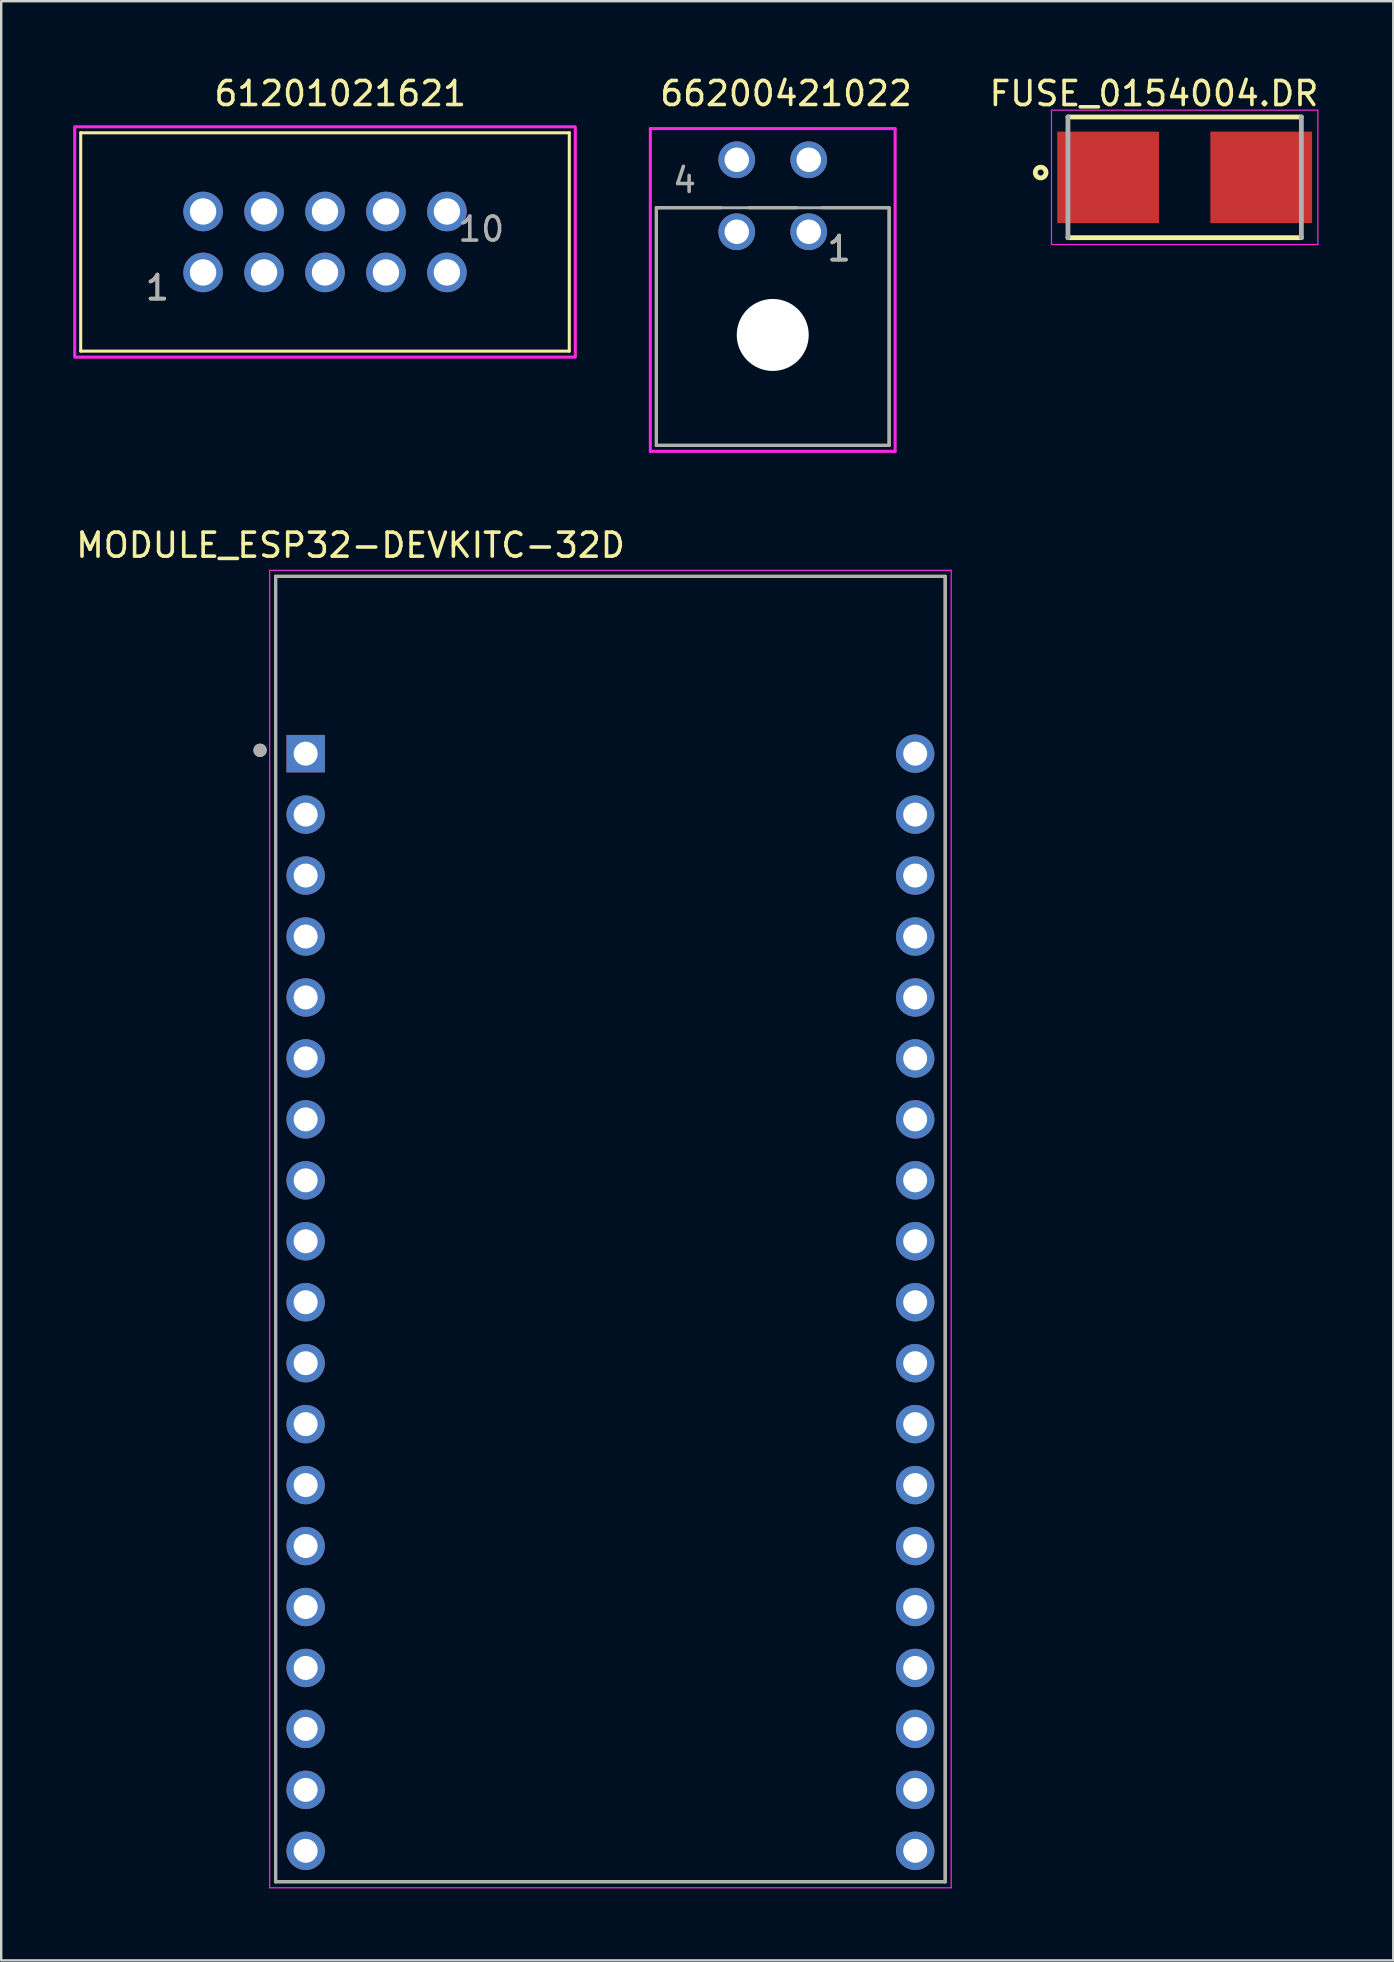
<source format=kicad_pcb>
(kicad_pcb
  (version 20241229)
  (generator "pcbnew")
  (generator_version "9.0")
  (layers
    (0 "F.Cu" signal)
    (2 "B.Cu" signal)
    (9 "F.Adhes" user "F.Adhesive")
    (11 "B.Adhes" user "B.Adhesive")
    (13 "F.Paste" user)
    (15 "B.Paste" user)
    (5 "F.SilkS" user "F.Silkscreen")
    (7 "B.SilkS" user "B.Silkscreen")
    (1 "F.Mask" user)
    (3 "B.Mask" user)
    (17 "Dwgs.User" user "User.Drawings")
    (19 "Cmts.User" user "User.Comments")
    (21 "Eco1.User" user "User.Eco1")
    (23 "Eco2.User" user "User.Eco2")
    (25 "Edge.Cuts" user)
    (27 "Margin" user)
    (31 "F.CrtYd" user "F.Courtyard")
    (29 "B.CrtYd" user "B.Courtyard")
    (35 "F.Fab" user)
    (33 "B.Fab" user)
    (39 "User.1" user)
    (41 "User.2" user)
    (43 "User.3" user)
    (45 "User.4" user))
  (footprint "66200421022"
    (layer "F.Cu")
    (at 29.151 10.908)
    (property "Reference" "66200421022" (at 0.555 -10.06 0) (layer "F.SilkS") (effects (font (size 1 1) (thickness 0.15))))
    (attr through_hole)
    (fp_line (start -4.85 4.6) (end -4.85 -5.3) (stroke (width 0.127) (type solid)) (layer "F.SilkS"))
    (fp_line (start -2.16 -5.3) (end -4.85 -5.3) (stroke (width 0.127) (type solid)) (layer "F.SilkS"))
    (fp_line (start -1 -5.3) (end 1 -5.3) (stroke (width 0.127) (type solid)) (layer "F.SilkS"))
    (fp_line (start 2.06 -5.3) (end 4.85 -5.3) (stroke (width 0.127) (type solid)) (layer "F.SilkS"))
    (fp_line (start 4.85 -5.3) (end 4.85 4.6) (stroke (width 0.127) (type solid)) (layer "F.SilkS"))
    (fp_line (start 4.85 4.6) (end -4.85 4.6) (stroke (width 0.127) (type solid)) (layer "F.SilkS"))
    (fp_line (start -5.1 -8.6) (end 5.1 -8.6) (stroke (width 0.127) (type solid)) (layer "F.CrtYd"))
    (fp_line (start -5.1 4.85) (end -5.1 -8.6) (stroke (width 0.127) (type solid)) (layer "F.CrtYd"))
    (fp_line (start 5.1 -8.6) (end 5.1 4.85) (stroke (width 0.127) (type solid)) (layer "F.CrtYd"))
    (fp_line (start 5.1 4.85) (end -5.1 4.85) (stroke (width 0.127) (type solid)) (layer "F.CrtYd"))
    (fp_line (start -4.85 -5.3) (end 4.85 -5.3) (stroke (width 0.127) (type solid)) (layer "F.Fab"))
    (fp_line (start -4.85 4.6) (end -4.85 -5.3) (stroke (width 0.127) (type solid)) (layer "F.Fab"))
    (fp_line (start 4.85 -5.3) (end 4.85 4.6) (stroke (width 0.127) (type solid)) (layer "F.Fab"))
    (fp_line (start 4.85 4.6) (end -4.85 4.6) (stroke (width 0.127) (type solid)) (layer "F.Fab"))
    (fp_text user "1" (at 2.765 -3.595 0) (layer "F.SilkS") (effects (font (size 1 1) (thickness 0.15))))
    (fp_text user "4" (at -3.675 -6.435 0) (layer "F.Fab") (effects (font (size 1 1) (thickness 0.15))))
    (fp_text user "1" (at 2.765 -3.595 0) (layer "F.Fab") (effects (font (size 1 1) (thickness 0.15))))
    (pad "" np_thru_hole circle (at 0 0) (size 3 3) (drill 3) (layers "*.Cu" "*.Mask"))
    (pad "1" thru_hole circle (at 1.5 -4.3) (size 1.53 1.53) (drill 1.02) (layers "*.Cu" "*.Mask"))
    (pad "2" thru_hole circle (at -1.5 -4.3) (size 1.53 1.53) (drill 1.02) (layers "*.Cu" "*.Mask"))
    (pad "3" thru_hole circle (at 1.5 -7.3) (size 1.53 1.53) (drill 1.02) (layers "*.Cu" "*.Mask"))
    (pad "4" thru_hole circle (at -1.5 -7.3) (size 1.53 1.53) (drill 1.02) (layers "*.Cu" "*.Mask")))
  (footprint "FUSE_0154004.DR"
    (layer "F.Cu")
    (at 46.316 4.34)
    (property "Reference" "FUSE_0154004.DR" (at -1.277 -3.491 0) (layer "F.SilkS") (effects (font (size 1.002 1.002) (thickness 0.15))))
    (attr smd)
    (fp_line (start -4.863 -2.515) (end 4.863 -2.515) (stroke (width 0.2) (type solid)) (layer "F.SilkS"))
    (fp_line (start 4.863 2.515) (end -4.863 2.515) (stroke (width 0.2) (type solid)) (layer "F.SilkS"))
    (fp_circle (center -6 -0.2) (end -5.776 -0.2) (stroke (width 0.2) (type solid)) (fill no) (layer "F.SilkS"))
    (fp_line (start -5.55 -2.8) (end 5.55 -2.8) (stroke (width 0.05) (type solid)) (layer "F.CrtYd"))
    (fp_line (start -5.55 2.8) (end -5.55 -2.8) (stroke (width 0.05) (type solid)) (layer "F.CrtYd"))
    (fp_line (start 5.55 -2.8) (end 5.55 2.8) (stroke (width 0.05) (type solid)) (layer "F.CrtYd"))
    (fp_line (start 5.55 2.8) (end -5.55 2.8) (stroke (width 0.05) (type solid)) (layer "F.CrtYd"))
    (fp_line (start -4.863 2.515) (end -4.863 -2.515) (stroke (width 0.2) (type solid)) (layer "F.Fab"))
    (fp_line (start 4.863 -2.515) (end 4.863 2.515) (stroke (width 0.2) (type solid)) (layer "F.Fab"))
    (pad "1" smd rect (at -3.19 0) (size 4.24 3.81) (layers "F.Cu" "F.Mask" "F.Paste"))
    (pad "2" smd rect (at 3.19 0) (size 4.24 3.81) (layers "F.Cu" "F.Mask" "F.Paste")))
  (footprint "61201021621"
    (layer "F.Cu")
    (at 10.493 7.033)
    (property "Reference" "61201021621" (at 0.635 -6.185 0) (layer "F.SilkS") (effects (font (size 1 1) (thickness 0.15))))
    (attr through_hole)
    (fp_line (start -10.18 -4.55) (end 10.18 -4.55) (stroke (width 0.127) (type solid)) (layer "F.SilkS"))
    (fp_line (start -10.18 4.55) (end -10.18 -4.55) (stroke (width 0.127) (type solid)) (layer "F.SilkS"))
    (fp_line (start 10.18 -4.55) (end 10.18 4.55) (stroke (width 0.127) (type solid)) (layer "F.SilkS"))
    (fp_line (start 10.18 4.55) (end -10.18 4.55) (stroke (width 0.127) (type solid)) (layer "F.SilkS"))
    (fp_poly (pts (xy -10.43 -4.8) (xy 10.43 -4.8) (xy 10.43 4.8) (xy -10.43 4.8)) (stroke (width 0.127) (type solid)) (fill no) (layer "F.CrtYd"))
    (fp_text user "1" (at -6.985 1.905 0) (layer "F.SilkS") (effects (font (size 1 1) (thickness 0.15))))
    (fp_text user "10" (at 6.51 -0.535 0) (layer "F.Fab") (effects (font (size 1 1) (thickness 0.15))))
    (fp_text user "1" (at -6.985 1.905 0) (layer "F.Fab") (effects (font (size 1 1) (thickness 0.15))))
    (pad "1" thru_hole circle (at -5.08 1.27) (size 1.65 1.65) (drill 1.1) (layers "*.Cu" "*.Mask"))
    (pad "2" thru_hole circle (at -5.08 -1.27) (size 1.65 1.65) (drill 1.1) (layers "*.Cu" "*.Mask"))
    (pad "3" thru_hole circle (at -2.54 1.27) (size 1.65 1.65) (drill 1.1) (layers "*.Cu" "*.Mask"))
    (pad "4" thru_hole circle (at -2.54 -1.27) (size 1.65 1.65) (drill 1.1) (layers "*.Cu" "*.Mask"))
    (pad "5" thru_hole circle (at 0 1.27) (size 1.65 1.65) (drill 1.1) (layers "*.Cu" "*.Mask"))
    (pad "6" thru_hole circle (at 0 -1.27) (size 1.65 1.65) (drill 1.1) (layers "*.Cu" "*.Mask"))
    (pad "7" thru_hole circle (at 2.54 1.27) (size 1.65 1.65) (drill 1.1) (layers "*.Cu" "*.Mask"))
    (pad "8" thru_hole circle (at 2.54 -1.27) (size 1.65 1.65) (drill 1.1) (layers "*.Cu" "*.Mask"))
    (pad "9" thru_hole circle (at 5.08 1.27) (size 1.65 1.65) (drill 1.1) (layers "*.Cu" "*.Mask"))
    (pad "10" thru_hole circle (at 5.08 -1.27) (size 1.65 1.65) (drill 1.1) (layers "*.Cu" "*.Mask")))
  (footprint "MODULE_ESP32-DEVKITC-32D"
    (layer "F.Cu")
    (at 22.387 48.116)
    (property "Reference" "MODULE_ESP32-DEVKITC-32D" (at -10.829 -28.446 0) (layer "F.SilkS") (effects (font (size 1 1) (thickness 0.15))))
    (attr through_hole)
    (fp_line (start -13.95 -27.15) (end 13.95 -27.15) (stroke (width 0.127) (type solid)) (layer "F.SilkS"))
    (fp_line (start -13.95 27.25) (end -13.95 -27.15) (stroke (width 0.127) (type solid)) (layer "F.SilkS"))
    (fp_line (start 13.95 -27.15) (end 13.95 27.25) (stroke (width 0.127) (type solid)) (layer "F.SilkS"))
    (fp_line (start 13.95 27.25) (end -13.95 27.25) (stroke (width 0.127) (type solid)) (layer "F.SilkS"))
    (fp_line (start -14.2 -27.4) (end 14.2 -27.4) (stroke (width 0.05) (type solid)) (layer "F.CrtYd"))
    (fp_line (start -14.2 27.5) (end -14.2 -27.4) (stroke (width 0.05) (type solid)) (layer "F.CrtYd"))
    (fp_line (start 14.2 -27.4) (end 14.2 27.5) (stroke (width 0.05) (type solid)) (layer "F.CrtYd"))
    (fp_line (start 14.2 27.5) (end -14.2 27.5) (stroke (width 0.05) (type solid)) (layer "F.CrtYd"))
    (fp_line (start -13.95 -27.15) (end 13.95 -27.15) (stroke (width 0.127) (type solid)) (layer "F.Fab"))
    (fp_line (start -13.95 27.25) (end -13.95 -27.15) (stroke (width 0.127) (type solid)) (layer "F.Fab"))
    (fp_line (start 13.95 -27.15) (end 13.95 27.25) (stroke (width 0.127) (type solid)) (layer "F.Fab"))
    (fp_line (start 13.95 27.25) (end -13.95 27.25) (stroke (width 0.127) (type solid)) (layer "F.Fab"))
    (fp_circle (center -14.6 -19.9) (end -14.46 -19.9) (stroke (width 0.28) (type solid)) (fill no) (layer "F.Fab"))
    (fp_circle (center -14.6 -19.9) (end -14.46 -19.9) (stroke (width 0.28) (type solid)) (fill no) (layer "F.Fab"))
    (pad "1" thru_hole rect (at -12.7 -19.76) (size 1.6 1.56) (drill 1) (layers "*.Cu" "*.Mask"))
    (pad "2" thru_hole circle (at -12.7 -17.22) (size 1.6 1.6) (drill 1) (layers "*.Cu" "*.Mask"))
    (pad "3" thru_hole circle (at -12.7 -14.68) (size 1.6 1.6) (drill 1) (layers "*.Cu" "*.Mask"))
    (pad "4" thru_hole circle (at -12.7 -12.14) (size 1.6 1.6) (drill 1) (layers "*.Cu" "*.Mask"))
    (pad "5" thru_hole circle (at -12.7 -9.6) (size 1.6 1.6) (drill 1) (layers "*.Cu" "*.Mask"))
    (pad "6" thru_hole circle (at -12.7 -7.06) (size 1.6 1.6) (drill 1) (layers "*.Cu" "*.Mask"))
    (pad "7" thru_hole circle (at -12.7 -4.52) (size 1.6 1.6) (drill 1) (layers "*.Cu" "*.Mask"))
    (pad "8" thru_hole circle (at -12.7 -1.98) (size 1.6 1.6) (drill 1) (layers "*.Cu" "*.Mask"))
    (pad "9" thru_hole circle (at -12.7 0.56) (size 1.6 1.6) (drill 1) (layers "*.Cu" "*.Mask"))
    (pad "10" thru_hole circle (at -12.7 3.1) (size 1.6 1.6) (drill 1) (layers "*.Cu" "*.Mask"))
    (pad "11" thru_hole circle (at -12.7 5.64) (size 1.6 1.6) (drill 1) (layers "*.Cu" "*.Mask"))
    (pad "12" thru_hole circle (at -12.7 8.18) (size 1.6 1.6) (drill 1) (layers "*.Cu" "*.Mask"))
    (pad "13" thru_hole circle (at -12.7 10.72) (size 1.6 1.6) (drill 1) (layers "*.Cu" "*.Mask"))
    (pad "14" thru_hole circle (at -12.7 13.26) (size 1.6 1.6) (drill 1) (layers "*.Cu" "*.Mask"))
    (pad "15" thru_hole circle (at -12.7 15.8) (size 1.6 1.6) (drill 1) (layers "*.Cu" "*.Mask"))
    (pad "16" thru_hole circle (at -12.7 18.34) (size 1.6 1.6) (drill 1) (layers "*.Cu" "*.Mask"))
    (pad "17" thru_hole circle (at -12.7 20.88) (size 1.6 1.6) (drill 1) (layers "*.Cu" "*.Mask"))
    (pad "18" thru_hole circle (at -12.7 23.42) (size 1.6 1.6) (drill 1) (layers "*.Cu" "*.Mask"))
    (pad "19" thru_hole circle (at -12.7 25.96) (size 1.6 1.6) (drill 1) (layers "*.Cu" "*.Mask"))
    (pad "20" thru_hole circle (at 12.7 -19.76) (size 1.6 1.6) (drill 1) (layers "*.Cu" "*.Mask"))
    (pad "21" thru_hole circle (at 12.7 -17.22) (size 1.6 1.6) (drill 1) (layers "*.Cu" "*.Mask"))
    (pad "22" thru_hole circle (at 12.7 -14.68) (size 1.6 1.6) (drill 1) (layers "*.Cu" "*.Mask"))
    (pad "23" thru_hole circle (at 12.7 -12.14) (size 1.6 1.6) (drill 1) (layers "*.Cu" "*.Mask"))
    (pad "24" thru_hole circle (at 12.7 -9.6) (size 1.6 1.6) (drill 1) (layers "*.Cu" "*.Mask"))
    (pad "25" thru_hole circle (at 12.7 -7.06) (size 1.6 1.6) (drill 1) (layers "*.Cu" "*.Mask"))
    (pad "26" thru_hole circle (at 12.7 -4.52) (size 1.6 1.6) (drill 1) (layers "*.Cu" "*.Mask"))
    (pad "27" thru_hole circle (at 12.7 -1.98) (size 1.6 1.6) (drill 1) (layers "*.Cu" "*.Mask"))
    (pad "28" thru_hole circle (at 12.7 0.56) (size 1.6 1.6) (drill 1) (layers "*.Cu" "*.Mask"))
    (pad "29" thru_hole circle (at 12.7 3.1) (size 1.6 1.6) (drill 1) (layers "*.Cu" "*.Mask"))
    (pad "30" thru_hole circle (at 12.7 5.64) (size 1.6 1.6) (drill 1) (layers "*.Cu" "*.Mask"))
    (pad "31" thru_hole circle (at 12.7 8.18) (size 1.6 1.6) (drill 1) (layers "*.Cu" "*.Mask"))
    (pad "32" thru_hole circle (at 12.7 10.72) (size 1.6 1.6) (drill 1) (layers "*.Cu" "*.Mask"))
    (pad "33" thru_hole circle (at 12.7 13.26) (size 1.6 1.6) (drill 1) (layers "*.Cu" "*.Mask"))
    (pad "34" thru_hole circle (at 12.7 15.8) (size 1.6 1.6) (drill 1) (layers "*.Cu" "*.Mask"))
    (pad "35" thru_hole circle (at 12.7 18.34) (size 1.6 1.6) (drill 1) (layers "*.Cu" "*.Mask"))
    (pad "36" thru_hole circle (at 12.7 20.88) (size 1.6 1.6) (drill 1) (layers "*.Cu" "*.Mask"))
    (pad "37" thru_hole circle (at 12.7 23.42) (size 1.6 1.6) (drill 1) (layers "*.Cu" "*.Mask"))
    (pad "38" thru_hole circle (at 12.7 25.96) (size 1.6 1.6) (drill 1) (layers "*.Cu" "*.Mask")))
  (gr_rect
    (start -3 -3)
    (end 55.009 78.641)
    (stroke (width 0.1) (type default))
    (fill no)
    (layer "Edge.Cuts")))
</source>
